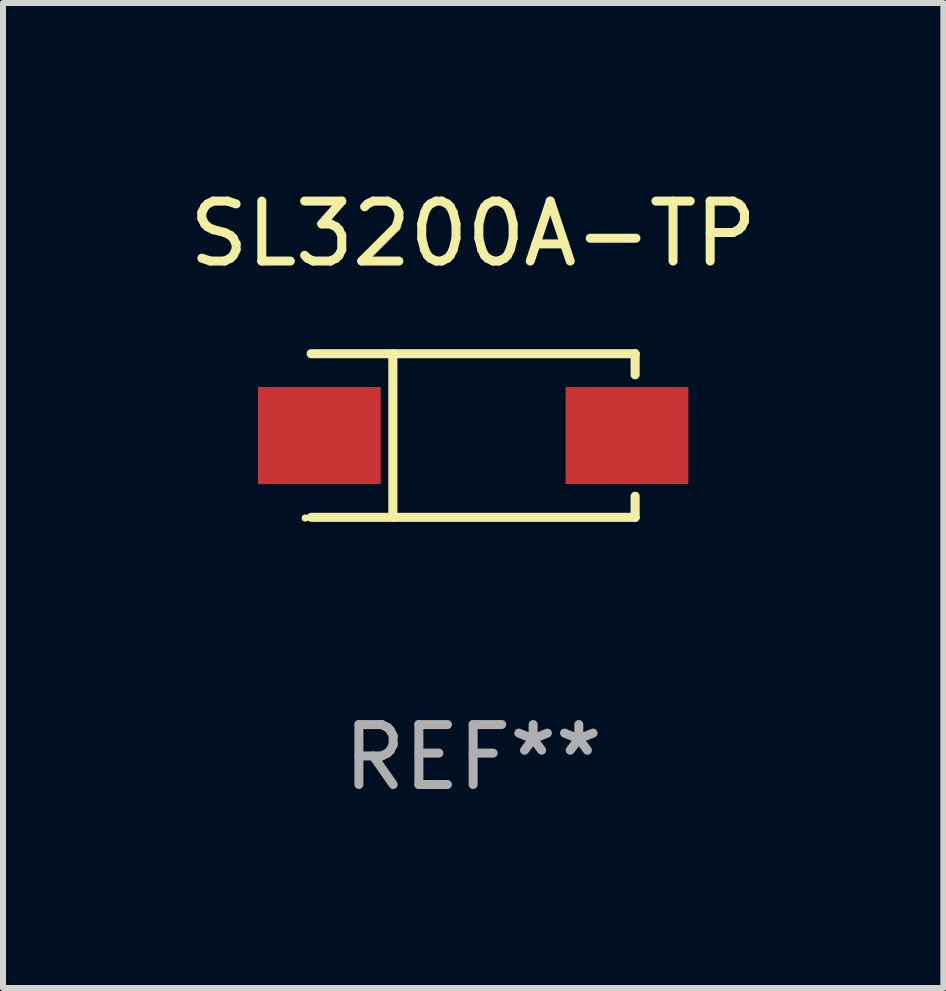
<source format=kicad_pcb>
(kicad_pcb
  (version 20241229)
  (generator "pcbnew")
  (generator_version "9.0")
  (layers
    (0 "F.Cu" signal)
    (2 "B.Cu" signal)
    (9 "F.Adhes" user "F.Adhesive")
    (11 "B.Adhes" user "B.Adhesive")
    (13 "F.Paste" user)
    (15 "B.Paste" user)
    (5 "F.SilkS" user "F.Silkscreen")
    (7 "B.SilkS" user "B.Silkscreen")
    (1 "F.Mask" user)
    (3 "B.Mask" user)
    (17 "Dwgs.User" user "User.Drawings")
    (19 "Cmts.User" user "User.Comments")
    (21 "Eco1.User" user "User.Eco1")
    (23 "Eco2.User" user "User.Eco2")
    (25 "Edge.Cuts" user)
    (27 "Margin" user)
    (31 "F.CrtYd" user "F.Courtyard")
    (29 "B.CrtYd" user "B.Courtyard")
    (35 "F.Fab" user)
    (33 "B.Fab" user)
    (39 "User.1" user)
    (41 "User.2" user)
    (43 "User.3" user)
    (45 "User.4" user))
  (footprint "SL3200A-TP"
    (layer "F.Cu")
    (at 4.839 4.212)
    (property "Reference" "SL3200A-TP" (at 0 -3.364 0) (layer "F.SilkS") (effects (font (size 1 1) (thickness 0.15))))
    (attr through_hole)
    (fp_line (start -2.701 -1.364) (end 2.701 -1.364) (stroke (width 0.152) (type solid)) (layer "F.SilkS"))
    (fp_line (start -2.701 1.364) (end 2.701 1.364) (stroke (width 0.152) (type solid)) (layer "F.SilkS"))
    (fp_line (start -1.339 -1.364) (end -1.339 1.364) (stroke (width 0.152) (type solid)) (layer "F.SilkS"))
    (fp_line (start 2.701 -1.364) (end 2.701 -1.013) (stroke (width 0.152) (type solid)) (layer "F.SilkS"))
    (fp_line (start 2.701 1.364) (end 2.701 1.013) (stroke (width 0.152) (type solid)) (layer "F.SilkS"))
    (fp_circle (center -2.8 1.375) (end -2.77 1.375) (stroke (width 0.06) (type solid)) (fill no) (layer "F.SilkS"))
    (fp_text user "REF**" (at 0 5.364 0) (layer "F.Fab") (effects (font (size 1 1) (thickness 0.15))))
    (pad "1" smd rect (at -2.565 -0.000025) (size 2.046 1.62) (layers "F.Cu" "F.Mask" "F.Paste"))
    (pad "2" smd rect (at 2.565 -0.000025) (size 2.046 1.62) (layers "F.Cu" "F.Mask" "F.Paste")))
  (gr_rect
    (start -3 -3)
    (end 12.679 13.424)
    (stroke (width 0.1) (type default))
    (fill no)
    (layer "Edge.Cuts")))
</source>
